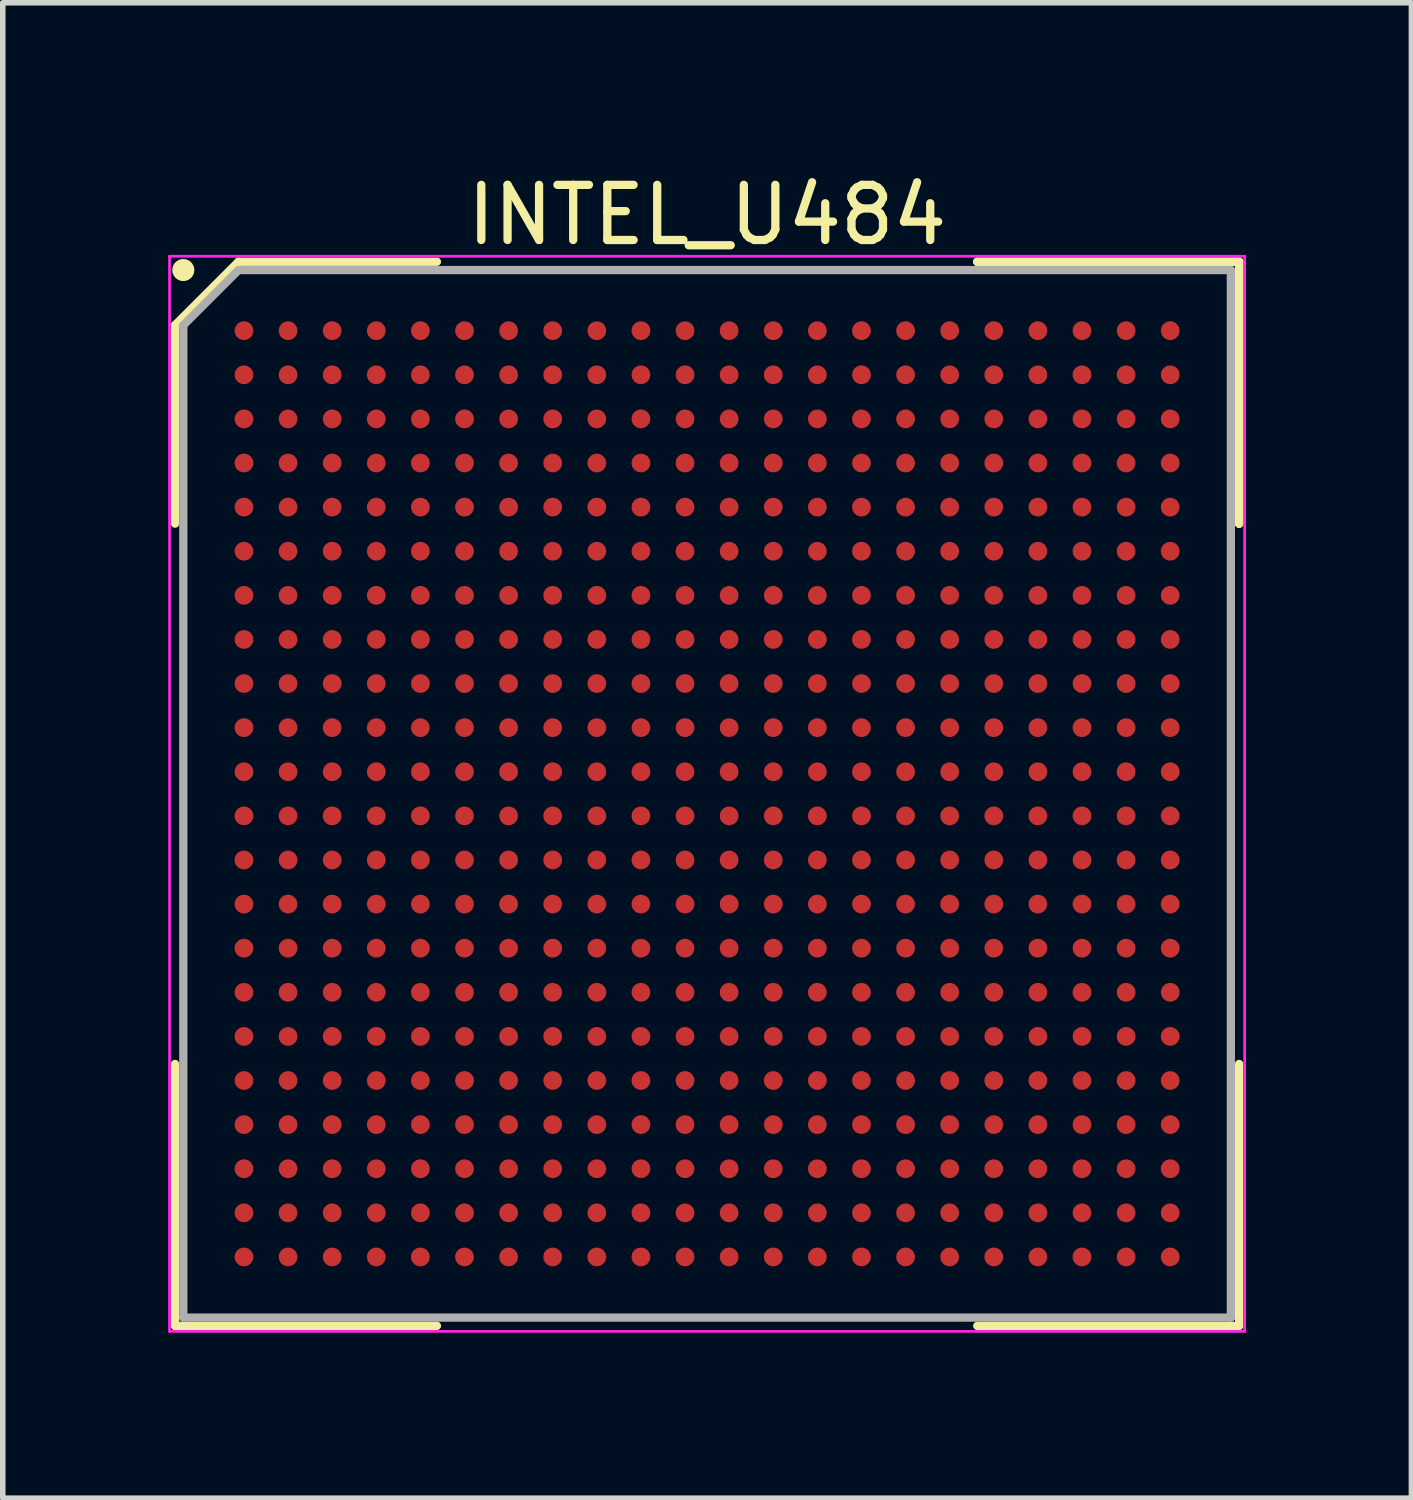
<source format=kicad_pcb>
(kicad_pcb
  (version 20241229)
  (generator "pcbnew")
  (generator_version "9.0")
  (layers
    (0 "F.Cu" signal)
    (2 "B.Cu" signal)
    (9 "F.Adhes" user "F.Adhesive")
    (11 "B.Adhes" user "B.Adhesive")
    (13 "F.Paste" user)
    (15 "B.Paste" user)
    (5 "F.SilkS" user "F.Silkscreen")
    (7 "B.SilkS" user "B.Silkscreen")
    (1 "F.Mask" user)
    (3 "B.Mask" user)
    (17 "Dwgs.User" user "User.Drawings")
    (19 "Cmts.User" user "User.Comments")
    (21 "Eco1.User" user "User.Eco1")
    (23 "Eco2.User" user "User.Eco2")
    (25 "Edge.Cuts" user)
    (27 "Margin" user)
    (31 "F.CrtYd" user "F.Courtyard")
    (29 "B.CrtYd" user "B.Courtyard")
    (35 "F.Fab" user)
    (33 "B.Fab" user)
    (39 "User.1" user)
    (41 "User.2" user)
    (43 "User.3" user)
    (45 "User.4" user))
  (footprint "INTEL_U484"
    (layer "F.Cu")
    (at 9.775 11.348)
    (property "Reference" "INTEL_U484" (at 0 -10.5 0) (layer "F.SilkS") (effects (font (size 1 1) (thickness 0.15))))
    (attr smd)
    (fp_line (start -9.65 -8.5) (end -9.65 -4.9) (stroke (width 0.15) (type solid)) (layer "F.SilkS"))
    (fp_line (start -9.65 9.65) (end -9.65 4.9) (stroke (width 0.15) (type solid)) (layer "F.SilkS"))
    (fp_line (start -8.5 -9.65) (end -9.65 -8.5) (stroke (width 0.15) (type solid)) (layer "F.SilkS"))
    (fp_line (start -4.9 -9.65) (end -8.5 -9.65) (stroke (width 0.15) (type solid)) (layer "F.SilkS"))
    (fp_line (start -4.9 9.65) (end -9.65 9.65) (stroke (width 0.15) (type solid)) (layer "F.SilkS"))
    (fp_line (start 4.9 -9.65) (end 9.65 -9.65) (stroke (width 0.15) (type solid)) (layer "F.SilkS"))
    (fp_line (start 4.9 -9.65) (end 9.65 -9.65) (stroke (width 0.15) (type solid)) (layer "F.SilkS"))
    (fp_line (start 4.9 -9.65) (end 9.65 -9.65) (stroke (width 0.15) (type solid)) (layer "F.SilkS"))
    (fp_line (start 4.9 9.65) (end 9.65 9.65) (stroke (width 0.15) (type solid)) (layer "F.SilkS"))
    (fp_line (start 9.65 -9.65) (end 9.65 -4.9) (stroke (width 0.15) (type solid)) (layer "F.SilkS"))
    (fp_line (start 9.65 -9.65) (end 9.65 -4.9) (stroke (width 0.15) (type solid)) (layer "F.SilkS"))
    (fp_line (start 9.65 -9.65) (end 9.65 -4.9) (stroke (width 0.15) (type solid)) (layer "F.SilkS"))
    (fp_line (start 9.65 9.65) (end 9.65 4.9) (stroke (width 0.15) (type solid)) (layer "F.SilkS"))
    (fp_circle (center -9.5 -9.5) (end -9.5 -9.4) (stroke (width 0.2) (type solid)) (fill no) (layer "F.SilkS"))
    (fp_line (start -9.75 -9.75) (end 9.75 -9.75) (stroke (width 0.05) (type solid)) (layer "F.CrtYd"))
    (fp_line (start -9.75 9.75) (end -9.75 -9.75) (stroke (width 0.05) (type solid)) (layer "F.CrtYd"))
    (fp_line (start 9.75 -9.75) (end 9.75 9.75) (stroke (width 0.05) (type solid)) (layer "F.CrtYd"))
    (fp_line (start 9.75 9.75) (end -9.75 9.75) (stroke (width 0.05) (type solid)) (layer "F.CrtYd"))
    (fp_line (start -9.5 -8.5) (end -9.5 9.5) (stroke (width 0.15) (type solid)) (layer "F.Fab"))
    (fp_line (start -9.5 9.5) (end 9.5 9.5) (stroke (width 0.15) (type solid)) (layer "F.Fab"))
    (fp_line (start -8.5 -9.5) (end -9.5 -8.5) (stroke (width 0.15) (type solid)) (layer "F.Fab"))
    (fp_line (start 9.5 -9.5) (end -8.5 -9.5) (stroke (width 0.15) (type solid)) (layer "F.Fab"))
    (fp_line (start 9.5 9.5) (end 9.5 -9.5) (stroke (width 0.15) (type solid)) (layer "F.Fab"))
    (pad "A1" smd circle (at -8.4 -8.4) (size 0.34 0.34) (layers "F.Cu" "F.Mask" "F.Paste"))
    (pad "A2" smd circle (at -7.6 -8.4) (size 0.34 0.34) (layers "F.Cu" "F.Mask" "F.Paste"))
    (pad "A3" smd circle (at -6.8 -8.4) (size 0.34 0.34) (layers "F.Cu" "F.Mask" "F.Paste"))
    (pad "A4" smd circle (at -6 -8.4) (size 0.34 0.34) (layers "F.Cu" "F.Mask" "F.Paste"))
    (pad "A5" smd circle (at -5.2 -8.4) (size 0.34 0.34) (layers "F.Cu" "F.Mask" "F.Paste"))
    (pad "A6" smd circle (at -4.4 -8.4) (size 0.34 0.34) (layers "F.Cu" "F.Mask" "F.Paste"))
    (pad "A7" smd circle (at -3.6 -8.4) (size 0.34 0.34) (layers "F.Cu" "F.Mask" "F.Paste"))
    (pad "A8" smd circle (at -2.8 -8.4) (size 0.34 0.34) (layers "F.Cu" "F.Mask" "F.Paste"))
    (pad "A9" smd circle (at -2 -8.4) (size 0.34 0.34) (layers "F.Cu" "F.Mask" "F.Paste"))
    (pad "A10" smd circle (at -1.2 -8.4) (size 0.34 0.34) (layers "F.Cu" "F.Mask" "F.Paste"))
    (pad "A11" smd circle (at -0.4 -8.4) (size 0.34 0.34) (layers "F.Cu" "F.Mask" "F.Paste"))
    (pad "A12" smd circle (at 0.4 -8.4) (size 0.34 0.34) (layers "F.Cu" "F.Mask" "F.Paste"))
    (pad "A13" smd circle (at 1.2 -8.4) (size 0.34 0.34) (layers "F.Cu" "F.Mask" "F.Paste"))
    (pad "A14" smd circle (at 2 -8.4) (size 0.34 0.34) (layers "F.Cu" "F.Mask" "F.Paste"))
    (pad "A15" smd circle (at 2.8 -8.4) (size 0.34 0.34) (layers "F.Cu" "F.Mask" "F.Paste"))
    (pad "A16" smd circle (at 3.6 -8.4) (size 0.34 0.34) (layers "F.Cu" "F.Mask" "F.Paste"))
    (pad "A17" smd circle (at 4.4 -8.4) (size 0.34 0.34) (layers "F.Cu" "F.Mask" "F.Paste"))
    (pad "A18" smd circle (at 5.2 -8.4) (size 0.34 0.34) (layers "F.Cu" "F.Mask" "F.Paste"))
    (pad "A19" smd circle (at 6 -8.4) (size 0.34 0.34) (layers "F.Cu" "F.Mask" "F.Paste"))
    (pad "A20" smd circle (at 6.8 -8.4) (size 0.34 0.34) (layers "F.Cu" "F.Mask" "F.Paste"))
    (pad "A21" smd circle (at 7.6 -8.4) (size 0.34 0.34) (layers "F.Cu" "F.Mask" "F.Paste"))
    (pad "A22" smd circle (at 8.4 -8.4) (size 0.34 0.34) (layers "F.Cu" "F.Mask" "F.Paste"))
    (pad "AA1" smd circle (at -8.4 7.6) (size 0.34 0.34) (layers "F.Cu" "F.Mask" "F.Paste"))
    (pad "AA2" smd circle (at -7.6 7.6) (size 0.34 0.34) (layers "F.Cu" "F.Mask" "F.Paste"))
    (pad "AA3" smd circle (at -6.8 7.6) (size 0.34 0.34) (layers "F.Cu" "F.Mask" "F.Paste"))
    (pad "AA4" smd circle (at -6 7.6) (size 0.34 0.34) (layers "F.Cu" "F.Mask" "F.Paste"))
    (pad "AA5" smd circle (at -5.2 7.6) (size 0.34 0.34) (layers "F.Cu" "F.Mask" "F.Paste"))
    (pad "AA6" smd circle (at -4.4 7.6) (size 0.34 0.34) (layers "F.Cu" "F.Mask" "F.Paste"))
    (pad "AA7" smd circle (at -3.6 7.6) (size 0.34 0.34) (layers "F.Cu" "F.Mask" "F.Paste"))
    (pad "AA8" smd circle (at -2.8 7.6) (size 0.34 0.34) (layers "F.Cu" "F.Mask" "F.Paste"))
    (pad "AA9" smd circle (at -2 7.6) (size 0.34 0.34) (layers "F.Cu" "F.Mask" "F.Paste"))
    (pad "AA10" smd circle (at -1.2 7.6) (size 0.34 0.34) (layers "F.Cu" "F.Mask" "F.Paste"))
    (pad "AA11" smd circle (at -0.4 7.6) (size 0.34 0.34) (layers "F.Cu" "F.Mask" "F.Paste"))
    (pad "AA12" smd circle (at 0.4 7.6) (size 0.34 0.34) (layers "F.Cu" "F.Mask" "F.Paste"))
    (pad "AA13" smd circle (at 1.2 7.6) (size 0.34 0.34) (layers "F.Cu" "F.Mask" "F.Paste"))
    (pad "AA14" smd circle (at 2 7.6) (size 0.34 0.34) (layers "F.Cu" "F.Mask" "F.Paste"))
    (pad "AA15" smd circle (at 2.8 7.6) (size 0.34 0.34) (layers "F.Cu" "F.Mask" "F.Paste"))
    (pad "AA16" smd circle (at 3.6 7.6) (size 0.34 0.34) (layers "F.Cu" "F.Mask" "F.Paste"))
    (pad "AA17" smd circle (at 4.4 7.6) (size 0.34 0.34) (layers "F.Cu" "F.Mask" "F.Paste"))
    (pad "AA18" smd circle (at 5.2 7.6) (size 0.34 0.34) (layers "F.Cu" "F.Mask" "F.Paste"))
    (pad "AA19" smd circle (at 6 7.6) (size 0.34 0.34) (layers "F.Cu" "F.Mask" "F.Paste"))
    (pad "AA20" smd circle (at 6.8 7.6) (size 0.34 0.34) (layers "F.Cu" "F.Mask" "F.Paste"))
    (pad "AA21" smd circle (at 7.6 7.6) (size 0.34 0.34) (layers "F.Cu" "F.Mask" "F.Paste"))
    (pad "AA22" smd circle (at 8.4 7.6) (size 0.34 0.34) (layers "F.Cu" "F.Mask" "F.Paste"))
    (pad "AB1" smd circle (at -8.4 8.4) (size 0.34 0.34) (layers "F.Cu" "F.Mask" "F.Paste"))
    (pad "AB2" smd circle (at -7.6 8.4) (size 0.34 0.34) (layers "F.Cu" "F.Mask" "F.Paste"))
    (pad "AB3" smd circle (at -6.8 8.4) (size 0.34 0.34) (layers "F.Cu" "F.Mask" "F.Paste"))
    (pad "AB4" smd circle (at -6 8.4) (size 0.34 0.34) (layers "F.Cu" "F.Mask" "F.Paste"))
    (pad "AB5" smd circle (at -5.2 8.4) (size 0.34 0.34) (layers "F.Cu" "F.Mask" "F.Paste"))
    (pad "AB6" smd circle (at -4.4 8.4) (size 0.34 0.34) (layers "F.Cu" "F.Mask" "F.Paste"))
    (pad "AB7" smd circle (at -3.6 8.4) (size 0.34 0.34) (layers "F.Cu" "F.Mask" "F.Paste"))
    (pad "AB8" smd circle (at -2.8 8.4) (size 0.34 0.34) (layers "F.Cu" "F.Mask" "F.Paste"))
    (pad "AB9" smd circle (at -2 8.4) (size 0.34 0.34) (layers "F.Cu" "F.Mask" "F.Paste"))
    (pad "AB10" smd circle (at -1.2 8.4) (size 0.34 0.34) (layers "F.Cu" "F.Mask" "F.Paste"))
    (pad "AB11" smd circle (at -0.4 8.4) (size 0.34 0.34) (layers "F.Cu" "F.Mask" "F.Paste"))
    (pad "AB12" smd circle (at 0.4 8.4) (size 0.34 0.34) (layers "F.Cu" "F.Mask" "F.Paste"))
    (pad "AB13" smd circle (at 1.2 8.4) (size 0.34 0.34) (layers "F.Cu" "F.Mask" "F.Paste"))
    (pad "AB14" smd circle (at 2 8.4) (size 0.34 0.34) (layers "F.Cu" "F.Mask" "F.Paste"))
    (pad "AB15" smd circle (at 2.8 8.4) (size 0.34 0.34) (layers "F.Cu" "F.Mask" "F.Paste"))
    (pad "AB16" smd circle (at 3.6 8.4) (size 0.34 0.34) (layers "F.Cu" "F.Mask" "F.Paste"))
    (pad "AB17" smd circle (at 4.4 8.4) (size 0.34 0.34) (layers "F.Cu" "F.Mask" "F.Paste"))
    (pad "AB18" smd circle (at 5.2 8.4) (size 0.34 0.34) (layers "F.Cu" "F.Mask" "F.Paste"))
    (pad "AB19" smd circle (at 6 8.4) (size 0.34 0.34) (layers "F.Cu" "F.Mask" "F.Paste"))
    (pad "AB20" smd circle (at 6.8 8.4) (size 0.34 0.34) (layers "F.Cu" "F.Mask" "F.Paste"))
    (pad "AB21" smd circle (at 7.6 8.4) (size 0.34 0.34) (layers "F.Cu" "F.Mask" "F.Paste"))
    (pad "AB22" smd circle (at 8.4 8.4) (size 0.34 0.34) (layers "F.Cu" "F.Mask" "F.Paste"))
    (pad "B1" smd circle (at -8.4 -7.6) (size 0.34 0.34) (layers "F.Cu" "F.Mask" "F.Paste"))
    (pad "B2" smd circle (at -7.6 -7.6) (size 0.34 0.34) (layers "F.Cu" "F.Mask" "F.Paste"))
    (pad "B3" smd circle (at -6.8 -7.6) (size 0.34 0.34) (layers "F.Cu" "F.Mask" "F.Paste"))
    (pad "B4" smd circle (at -6 -7.6) (size 0.34 0.34) (layers "F.Cu" "F.Mask" "F.Paste"))
    (pad "B5" smd circle (at -5.2 -7.6) (size 0.34 0.34) (layers "F.Cu" "F.Mask" "F.Paste"))
    (pad "B6" smd circle (at -4.4 -7.6) (size 0.34 0.34) (layers "F.Cu" "F.Mask" "F.Paste"))
    (pad "B7" smd circle (at -3.6 -7.6) (size 0.34 0.34) (layers "F.Cu" "F.Mask" "F.Paste"))
    (pad "B8" smd circle (at -2.8 -7.6) (size 0.34 0.34) (layers "F.Cu" "F.Mask" "F.Paste"))
    (pad "B9" smd circle (at -2 -7.6) (size 0.34 0.34) (layers "F.Cu" "F.Mask" "F.Paste"))
    (pad "B10" smd circle (at -1.2 -7.6) (size 0.34 0.34) (layers "F.Cu" "F.Mask" "F.Paste"))
    (pad "B11" smd circle (at -0.4 -7.6) (size 0.34 0.34) (layers "F.Cu" "F.Mask" "F.Paste"))
    (pad "B12" smd circle (at 0.4 -7.6) (size 0.34 0.34) (layers "F.Cu" "F.Mask" "F.Paste"))
    (pad "B13" smd circle (at 1.2 -7.6) (size 0.34 0.34) (layers "F.Cu" "F.Mask" "F.Paste"))
    (pad "B14" smd circle (at 2 -7.6) (size 0.34 0.34) (layers "F.Cu" "F.Mask" "F.Paste"))
    (pad "B15" smd circle (at 2.8 -7.6) (size 0.34 0.34) (layers "F.Cu" "F.Mask" "F.Paste"))
    (pad "B16" smd circle (at 3.6 -7.6) (size 0.34 0.34) (layers "F.Cu" "F.Mask" "F.Paste"))
    (pad "B17" smd circle (at 4.4 -7.6) (size 0.34 0.34) (layers "F.Cu" "F.Mask" "F.Paste"))
    (pad "B18" smd circle (at 5.2 -7.6) (size 0.34 0.34) (layers "F.Cu" "F.Mask" "F.Paste"))
    (pad "B19" smd circle (at 6 -7.6) (size 0.34 0.34) (layers "F.Cu" "F.Mask" "F.Paste"))
    (pad "B20" smd circle (at 6.8 -7.6) (size 0.34 0.34) (layers "F.Cu" "F.Mask" "F.Paste"))
    (pad "B21" smd circle (at 7.6 -7.6) (size 0.34 0.34) (layers "F.Cu" "F.Mask" "F.Paste"))
    (pad "B22" smd circle (at 8.4 -7.6) (size 0.34 0.34) (layers "F.Cu" "F.Mask" "F.Paste"))
    (pad "C1" smd circle (at -8.4 -6.8) (size 0.34 0.34) (layers "F.Cu" "F.Mask" "F.Paste"))
    (pad "C2" smd circle (at -7.6 -6.8) (size 0.34 0.34) (layers "F.Cu" "F.Mask" "F.Paste"))
    (pad "C3" smd circle (at -6.8 -6.8) (size 0.34 0.34) (layers "F.Cu" "F.Mask" "F.Paste"))
    (pad "C4" smd circle (at -6 -6.8) (size 0.34 0.34) (layers "F.Cu" "F.Mask" "F.Paste"))
    (pad "C5" smd circle (at -5.2 -6.8) (size 0.34 0.34) (layers "F.Cu" "F.Mask" "F.Paste"))
    (pad "C6" smd circle (at -4.4 -6.8) (size 0.34 0.34) (layers "F.Cu" "F.Mask" "F.Paste"))
    (pad "C7" smd circle (at -3.6 -6.8) (size 0.34 0.34) (layers "F.Cu" "F.Mask" "F.Paste"))
    (pad "C8" smd circle (at -2.8 -6.8) (size 0.34 0.34) (layers "F.Cu" "F.Mask" "F.Paste"))
    (pad "C9" smd circle (at -2 -6.8) (size 0.34 0.34) (layers "F.Cu" "F.Mask" "F.Paste"))
    (pad "C10" smd circle (at -1.2 -6.8) (size 0.34 0.34) (layers "F.Cu" "F.Mask" "F.Paste"))
    (pad "C11" smd circle (at -0.4 -6.8) (size 0.34 0.34) (layers "F.Cu" "F.Mask" "F.Paste"))
    (pad "C12" smd circle (at 0.4 -6.8) (size 0.34 0.34) (layers "F.Cu" "F.Mask" "F.Paste"))
    (pad "C13" smd circle (at 1.2 -6.8) (size 0.34 0.34) (layers "F.Cu" "F.Mask" "F.Paste"))
    (pad "C14" smd circle (at 2 -6.8) (size 0.34 0.34) (layers "F.Cu" "F.Mask" "F.Paste"))
    (pad "C15" smd circle (at 2.8 -6.8) (size 0.34 0.34) (layers "F.Cu" "F.Mask" "F.Paste"))
    (pad "C16" smd circle (at 3.6 -6.8) (size 0.34 0.34) (layers "F.Cu" "F.Mask" "F.Paste"))
    (pad "C17" smd circle (at 4.4 -6.8) (size 0.34 0.34) (layers "F.Cu" "F.Mask" "F.Paste"))
    (pad "C18" smd circle (at 5.2 -6.8) (size 0.34 0.34) (layers "F.Cu" "F.Mask" "F.Paste"))
    (pad "C19" smd circle (at 6 -6.8) (size 0.34 0.34) (layers "F.Cu" "F.Mask" "F.Paste"))
    (pad "C20" smd circle (at 6.8 -6.8) (size 0.34 0.34) (layers "F.Cu" "F.Mask" "F.Paste"))
    (pad "C21" smd circle (at 7.6 -6.8) (size 0.34 0.34) (layers "F.Cu" "F.Mask" "F.Paste"))
    (pad "C22" smd circle (at 8.4 -6.8) (size 0.34 0.34) (layers "F.Cu" "F.Mask" "F.Paste"))
    (pad "D1" smd circle (at -8.4 -6) (size 0.34 0.34) (layers "F.Cu" "F.Mask" "F.Paste"))
    (pad "D2" smd circle (at -7.6 -6) (size 0.34 0.34) (layers "F.Cu" "F.Mask" "F.Paste"))
    (pad "D3" smd circle (at -6.8 -6) (size 0.34 0.34) (layers "F.Cu" "F.Mask" "F.Paste"))
    (pad "D4" smd circle (at -6 -6) (size 0.34 0.34) (layers "F.Cu" "F.Mask" "F.Paste"))
    (pad "D5" smd circle (at -5.2 -6) (size 0.34 0.34) (layers "F.Cu" "F.Mask" "F.Paste"))
    (pad "D6" smd circle (at -4.4 -6) (size 0.34 0.34) (layers "F.Cu" "F.Mask" "F.Paste"))
    (pad "D7" smd circle (at -3.6 -6) (size 0.34 0.34) (layers "F.Cu" "F.Mask" "F.Paste"))
    (pad "D8" smd circle (at -2.8 -6) (size 0.34 0.34) (layers "F.Cu" "F.Mask" "F.Paste"))
    (pad "D9" smd circle (at -2 -6) (size 0.34 0.34) (layers "F.Cu" "F.Mask" "F.Paste"))
    (pad "D10" smd circle (at -1.2 -6) (size 0.34 0.34) (layers "F.Cu" "F.Mask" "F.Paste"))
    (pad "D11" smd circle (at -0.4 -6) (size 0.34 0.34) (layers "F.Cu" "F.Mask" "F.Paste"))
    (pad "D12" smd circle (at 0.4 -6) (size 0.34 0.34) (layers "F.Cu" "F.Mask" "F.Paste"))
    (pad "D13" smd circle (at 1.2 -6) (size 0.34 0.34) (layers "F.Cu" "F.Mask" "F.Paste"))
    (pad "D14" smd circle (at 2 -6) (size 0.34 0.34) (layers "F.Cu" "F.Mask" "F.Paste"))
    (pad "D15" smd circle (at 2.8 -6) (size 0.34 0.34) (layers "F.Cu" "F.Mask" "F.Paste"))
    (pad "D16" smd circle (at 3.6 -6) (size 0.34 0.34) (layers "F.Cu" "F.Mask" "F.Paste"))
    (pad "D17" smd circle (at 4.4 -6) (size 0.34 0.34) (layers "F.Cu" "F.Mask" "F.Paste"))
    (pad "D18" smd circle (at 5.2 -6) (size 0.34 0.34) (layers "F.Cu" "F.Mask" "F.Paste"))
    (pad "D19" smd circle (at 6 -6) (size 0.34 0.34) (layers "F.Cu" "F.Mask" "F.Paste"))
    (pad "D20" smd circle (at 6.8 -6) (size 0.34 0.34) (layers "F.Cu" "F.Mask" "F.Paste"))
    (pad "D21" smd circle (at 7.6 -6) (size 0.34 0.34) (layers "F.Cu" "F.Mask" "F.Paste"))
    (pad "D22" smd circle (at 8.4 -6) (size 0.34 0.34) (layers "F.Cu" "F.Mask" "F.Paste"))
    (pad "E1" smd circle (at -8.4 -5.2) (size 0.34 0.34) (layers "F.Cu" "F.Mask" "F.Paste"))
    (pad "E2" smd circle (at -7.6 -5.2) (size 0.34 0.34) (layers "F.Cu" "F.Mask" "F.Paste"))
    (pad "E3" smd circle (at -6.8 -5.2) (size 0.34 0.34) (layers "F.Cu" "F.Mask" "F.Paste"))
    (pad "E4" smd circle (at -6 -5.2) (size 0.34 0.34) (layers "F.Cu" "F.Mask" "F.Paste"))
    (pad "E5" smd circle (at -5.2 -5.2) (size 0.34 0.34) (layers "F.Cu" "F.Mask" "F.Paste"))
    (pad "E6" smd circle (at -4.4 -5.2) (size 0.34 0.34) (layers "F.Cu" "F.Mask" "F.Paste"))
    (pad "E7" smd circle (at -3.6 -5.2) (size 0.34 0.34) (layers "F.Cu" "F.Mask" "F.Paste"))
    (pad "E8" smd circle (at -2.8 -5.2) (size 0.34 0.34) (layers "F.Cu" "F.Mask" "F.Paste"))
    (pad "E9" smd circle (at -2 -5.2) (size 0.34 0.34) (layers "F.Cu" "F.Mask" "F.Paste"))
    (pad "E10" smd circle (at -1.2 -5.2) (size 0.34 0.34) (layers "F.Cu" "F.Mask" "F.Paste"))
    (pad "E11" smd circle (at -0.4 -5.2) (size 0.34 0.34) (layers "F.Cu" "F.Mask" "F.Paste"))
    (pad "E12" smd circle (at 0.4 -5.2) (size 0.34 0.34) (layers "F.Cu" "F.Mask" "F.Paste"))
    (pad "E13" smd circle (at 1.2 -5.2) (size 0.34 0.34) (layers "F.Cu" "F.Mask" "F.Paste"))
    (pad "E14" smd circle (at 2 -5.2) (size 0.34 0.34) (layers "F.Cu" "F.Mask" "F.Paste"))
    (pad "E15" smd circle (at 2.8 -5.2) (size 0.34 0.34) (layers "F.Cu" "F.Mask" "F.Paste"))
    (pad "E16" smd circle (at 3.6 -5.2) (size 0.34 0.34) (layers "F.Cu" "F.Mask" "F.Paste"))
    (pad "E17" smd circle (at 4.4 -5.2) (size 0.34 0.34) (layers "F.Cu" "F.Mask" "F.Paste"))
    (pad "E18" smd circle (at 5.2 -5.2) (size 0.34 0.34) (layers "F.Cu" "F.Mask" "F.Paste"))
    (pad "E19" smd circle (at 6 -5.2) (size 0.34 0.34) (layers "F.Cu" "F.Mask" "F.Paste"))
    (pad "E20" smd circle (at 6.8 -5.2) (size 0.34 0.34) (layers "F.Cu" "F.Mask" "F.Paste"))
    (pad "E21" smd circle (at 7.6 -5.2) (size 0.34 0.34) (layers "F.Cu" "F.Mask" "F.Paste"))
    (pad "E22" smd circle (at 8.4 -5.2) (size 0.34 0.34) (layers "F.Cu" "F.Mask" "F.Paste"))
    (pad "F1" smd circle (at -8.4 -4.4) (size 0.34 0.34) (layers "F.Cu" "F.Mask" "F.Paste"))
    (pad "F2" smd circle (at -7.6 -4.4) (size 0.34 0.34) (layers "F.Cu" "F.Mask" "F.Paste"))
    (pad "F3" smd circle (at -6.8 -4.4) (size 0.34 0.34) (layers "F.Cu" "F.Mask" "F.Paste"))
    (pad "F4" smd circle (at -6 -4.4) (size 0.34 0.34) (layers "F.Cu" "F.Mask" "F.Paste"))
    (pad "F5" smd circle (at -5.2 -4.4) (size 0.34 0.34) (layers "F.Cu" "F.Mask" "F.Paste"))
    (pad "F6" smd circle (at -4.4 -4.4) (size 0.34 0.34) (layers "F.Cu" "F.Mask" "F.Paste"))
    (pad "F7" smd circle (at -3.6 -4.4) (size 0.34 0.34) (layers "F.Cu" "F.Mask" "F.Paste"))
    (pad "F8" smd circle (at -2.8 -4.4) (size 0.34 0.34) (layers "F.Cu" "F.Mask" "F.Paste"))
    (pad "F9" smd circle (at -2 -4.4) (size 0.34 0.34) (layers "F.Cu" "F.Mask" "F.Paste"))
    (pad "F10" smd circle (at -1.2 -4.4) (size 0.34 0.34) (layers "F.Cu" "F.Mask" "F.Paste"))
    (pad "F11" smd circle (at -0.4 -4.4) (size 0.34 0.34) (layers "F.Cu" "F.Mask" "F.Paste"))
    (pad "F12" smd circle (at 0.4 -4.4) (size 0.34 0.34) (layers "F.Cu" "F.Mask" "F.Paste"))
    (pad "F13" smd circle (at 1.2 -4.4) (size 0.34 0.34) (layers "F.Cu" "F.Mask" "F.Paste"))
    (pad "F14" smd circle (at 2 -4.4) (size 0.34 0.34) (layers "F.Cu" "F.Mask" "F.Paste"))
    (pad "F15" smd circle (at 2.8 -4.4) (size 0.34 0.34) (layers "F.Cu" "F.Mask" "F.Paste"))
    (pad "F16" smd circle (at 3.6 -4.4) (size 0.34 0.34) (layers "F.Cu" "F.Mask" "F.Paste"))
    (pad "F17" smd circle (at 4.4 -4.4) (size 0.34 0.34) (layers "F.Cu" "F.Mask" "F.Paste"))
    (pad "F18" smd circle (at 5.2 -4.4) (size 0.34 0.34) (layers "F.Cu" "F.Mask" "F.Paste"))
    (pad "F19" smd circle (at 6 -4.4) (size 0.34 0.34) (layers "F.Cu" "F.Mask" "F.Paste"))
    (pad "F20" smd circle (at 6.8 -4.4) (size 0.34 0.34) (layers "F.Cu" "F.Mask" "F.Paste"))
    (pad "F21" smd circle (at 7.6 -4.4) (size 0.34 0.34) (layers "F.Cu" "F.Mask" "F.Paste"))
    (pad "F22" smd circle (at 8.4 -4.4) (size 0.34 0.34) (layers "F.Cu" "F.Mask" "F.Paste"))
    (pad "G1" smd circle (at -8.4 -3.6) (size 0.34 0.34) (layers "F.Cu" "F.Mask" "F.Paste"))
    (pad "G2" smd circle (at -7.6 -3.6) (size 0.34 0.34) (layers "F.Cu" "F.Mask" "F.Paste"))
    (pad "G3" smd circle (at -6.8 -3.6) (size 0.34 0.34) (layers "F.Cu" "F.Mask" "F.Paste"))
    (pad "G4" smd circle (at -6 -3.6) (size 0.34 0.34) (layers "F.Cu" "F.Mask" "F.Paste"))
    (pad "G5" smd circle (at -5.2 -3.6) (size 0.34 0.34) (layers "F.Cu" "F.Mask" "F.Paste"))
    (pad "G6" smd circle (at -4.4 -3.6) (size 0.34 0.34) (layers "F.Cu" "F.Mask" "F.Paste"))
    (pad "G7" smd circle (at -3.6 -3.6) (size 0.34 0.34) (layers "F.Cu" "F.Mask" "F.Paste"))
    (pad "G8" smd circle (at -2.8 -3.6) (size 0.34 0.34) (layers "F.Cu" "F.Mask" "F.Paste"))
    (pad "G9" smd circle (at -2 -3.6) (size 0.34 0.34) (layers "F.Cu" "F.Mask" "F.Paste"))
    (pad "G10" smd circle (at -1.2 -3.6) (size 0.34 0.34) (layers "F.Cu" "F.Mask" "F.Paste"))
    (pad "G11" smd circle (at -0.4 -3.6) (size 0.34 0.34) (layers "F.Cu" "F.Mask" "F.Paste"))
    (pad "G12" smd circle (at 0.4 -3.6) (size 0.34 0.34) (layers "F.Cu" "F.Mask" "F.Paste"))
    (pad "G13" smd circle (at 1.2 -3.6) (size 0.34 0.34) (layers "F.Cu" "F.Mask" "F.Paste"))
    (pad "G14" smd circle (at 2 -3.6) (size 0.34 0.34) (layers "F.Cu" "F.Mask" "F.Paste"))
    (pad "G15" smd circle (at 2.8 -3.6) (size 0.34 0.34) (layers "F.Cu" "F.Mask" "F.Paste"))
    (pad "G16" smd circle (at 3.6 -3.6) (size 0.34 0.34) (layers "F.Cu" "F.Mask" "F.Paste"))
    (pad "G17" smd circle (at 4.4 -3.6) (size 0.34 0.34) (layers "F.Cu" "F.Mask" "F.Paste"))
    (pad "G18" smd circle (at 5.2 -3.6) (size 0.34 0.34) (layers "F.Cu" "F.Mask" "F.Paste"))
    (pad "G19" smd circle (at 6 -3.6) (size 0.34 0.34) (layers "F.Cu" "F.Mask" "F.Paste"))
    (pad "G20" smd circle (at 6.8 -3.6) (size 0.34 0.34) (layers "F.Cu" "F.Mask" "F.Paste"))
    (pad "G21" smd circle (at 7.6 -3.6) (size 0.34 0.34) (layers "F.Cu" "F.Mask" "F.Paste"))
    (pad "G22" smd circle (at 8.4 -3.6) (size 0.34 0.34) (layers "F.Cu" "F.Mask" "F.Paste"))
    (pad "H1" smd circle (at -8.4 -2.8) (size 0.34 0.34) (layers "F.Cu" "F.Mask" "F.Paste"))
    (pad "H2" smd circle (at -7.6 -2.8) (size 0.34 0.34) (layers "F.Cu" "F.Mask" "F.Paste"))
    (pad "H3" smd circle (at -6.8 -2.8) (size 0.34 0.34) (layers "F.Cu" "F.Mask" "F.Paste"))
    (pad "H4" smd circle (at -6 -2.8) (size 0.34 0.34) (layers "F.Cu" "F.Mask" "F.Paste"))
    (pad "H5" smd circle (at -5.2 -2.8) (size 0.34 0.34) (layers "F.Cu" "F.Mask" "F.Paste"))
    (pad "H6" smd circle (at -4.4 -2.8) (size 0.34 0.34) (layers "F.Cu" "F.Mask" "F.Paste"))
    (pad "H7" smd circle (at -3.6 -2.8) (size 0.34 0.34) (layers "F.Cu" "F.Mask" "F.Paste"))
    (pad "H8" smd circle (at -2.8 -2.8) (size 0.34 0.34) (layers "F.Cu" "F.Mask" "F.Paste"))
    (pad "H9" smd circle (at -2 -2.8) (size 0.34 0.34) (layers "F.Cu" "F.Mask" "F.Paste"))
    (pad "H10" smd circle (at -1.2 -2.8) (size 0.34 0.34) (layers "F.Cu" "F.Mask" "F.Paste"))
    (pad "H11" smd circle (at -0.4 -2.8) (size 0.34 0.34) (layers "F.Cu" "F.Mask" "F.Paste"))
    (pad "H12" smd circle (at 0.4 -2.8) (size 0.34 0.34) (layers "F.Cu" "F.Mask" "F.Paste"))
    (pad "H13" smd circle (at 1.2 -2.8) (size 0.34 0.34) (layers "F.Cu" "F.Mask" "F.Paste"))
    (pad "H14" smd circle (at 2 -2.8) (size 0.34 0.34) (layers "F.Cu" "F.Mask" "F.Paste"))
    (pad "H15" smd circle (at 2.8 -2.8) (size 0.34 0.34) (layers "F.Cu" "F.Mask" "F.Paste"))
    (pad "H16" smd circle (at 3.6 -2.8) (size 0.34 0.34) (layers "F.Cu" "F.Mask" "F.Paste"))
    (pad "H17" smd circle (at 4.4 -2.8) (size 0.34 0.34) (layers "F.Cu" "F.Mask" "F.Paste"))
    (pad "H18" smd circle (at 5.2 -2.8) (size 0.34 0.34) (layers "F.Cu" "F.Mask" "F.Paste"))
    (pad "H19" smd circle (at 6 -2.8) (size 0.34 0.34) (layers "F.Cu" "F.Mask" "F.Paste"))
    (pad "H20" smd circle (at 6.8 -2.8) (size 0.34 0.34) (layers "F.Cu" "F.Mask" "F.Paste"))
    (pad "H21" smd circle (at 7.6 -2.8) (size 0.34 0.34) (layers "F.Cu" "F.Mask" "F.Paste"))
    (pad "H22" smd circle (at 8.4 -2.8) (size 0.34 0.34) (layers "F.Cu" "F.Mask" "F.Paste"))
    (pad "J1" smd circle (at -8.4 -2) (size 0.34 0.34) (layers "F.Cu" "F.Mask" "F.Paste"))
    (pad "J2" smd circle (at -7.6 -2) (size 0.34 0.34) (layers "F.Cu" "F.Mask" "F.Paste"))
    (pad "J3" smd circle (at -6.8 -2) (size 0.34 0.34) (layers "F.Cu" "F.Mask" "F.Paste"))
    (pad "J4" smd circle (at -6 -2) (size 0.34 0.34) (layers "F.Cu" "F.Mask" "F.Paste"))
    (pad "J5" smd circle (at -5.2 -2) (size 0.34 0.34) (layers "F.Cu" "F.Mask" "F.Paste"))
    (pad "J6" smd circle (at -4.4 -2) (size 0.34 0.34) (layers "F.Cu" "F.Mask" "F.Paste"))
    (pad "J7" smd circle (at -3.6 -2) (size 0.34 0.34) (layers "F.Cu" "F.Mask" "F.Paste"))
    (pad "J8" smd circle (at -2.8 -2) (size 0.34 0.34) (layers "F.Cu" "F.Mask" "F.Paste"))
    (pad "J9" smd circle (at -2 -2) (size 0.34 0.34) (layers "F.Cu" "F.Mask" "F.Paste"))
    (pad "J10" smd circle (at -1.2 -2) (size 0.34 0.34) (layers "F.Cu" "F.Mask" "F.Paste"))
    (pad "J11" smd circle (at -0.4 -2) (size 0.34 0.34) (layers "F.Cu" "F.Mask" "F.Paste"))
    (pad "J12" smd circle (at 0.4 -2) (size 0.34 0.34) (layers "F.Cu" "F.Mask" "F.Paste"))
    (pad "J13" smd circle (at 1.2 -2) (size 0.34 0.34) (layers "F.Cu" "F.Mask" "F.Paste"))
    (pad "J14" smd circle (at 2 -2) (size 0.34 0.34) (layers "F.Cu" "F.Mask" "F.Paste"))
    (pad "J15" smd circle (at 2.8 -2) (size 0.34 0.34) (layers "F.Cu" "F.Mask" "F.Paste"))
    (pad "J16" smd circle (at 3.6 -2) (size 0.34 0.34) (layers "F.Cu" "F.Mask" "F.Paste"))
    (pad "J17" smd circle (at 4.4 -2) (size 0.34 0.34) (layers "F.Cu" "F.Mask" "F.Paste"))
    (pad "J18" smd circle (at 5.2 -2) (size 0.34 0.34) (layers "F.Cu" "F.Mask" "F.Paste"))
    (pad "J19" smd circle (at 6 -2) (size 0.34 0.34) (layers "F.Cu" "F.Mask" "F.Paste"))
    (pad "J20" smd circle (at 6.8 -2) (size 0.34 0.34) (layers "F.Cu" "F.Mask" "F.Paste"))
    (pad "J21" smd circle (at 7.6 -2) (size 0.34 0.34) (layers "F.Cu" "F.Mask" "F.Paste"))
    (pad "J22" smd circle (at 8.4 -2) (size 0.34 0.34) (layers "F.Cu" "F.Mask" "F.Paste"))
    (pad "K1" smd circle (at -8.4 -1.2) (size 0.34 0.34) (layers "F.Cu" "F.Mask" "F.Paste"))
    (pad "K2" smd circle (at -7.6 -1.2) (size 0.34 0.34) (layers "F.Cu" "F.Mask" "F.Paste"))
    (pad "K3" smd circle (at -6.8 -1.2) (size 0.34 0.34) (layers "F.Cu" "F.Mask" "F.Paste"))
    (pad "K4" smd circle (at -6 -1.2) (size 0.34 0.34) (layers "F.Cu" "F.Mask" "F.Paste"))
    (pad "K5" smd circle (at -5.2 -1.2) (size 0.34 0.34) (layers "F.Cu" "F.Mask" "F.Paste"))
    (pad "K6" smd circle (at -4.4 -1.2) (size 0.34 0.34) (layers "F.Cu" "F.Mask" "F.Paste"))
    (pad "K7" smd circle (at -3.6 -1.2) (size 0.34 0.34) (layers "F.Cu" "F.Mask" "F.Paste"))
    (pad "K8" smd circle (at -2.8 -1.2) (size 0.34 0.34) (layers "F.Cu" "F.Mask" "F.Paste"))
    (pad "K9" smd circle (at -2 -1.2) (size 0.34 0.34) (layers "F.Cu" "F.Mask" "F.Paste"))
    (pad "K10" smd circle (at -1.2 -1.2) (size 0.34 0.34) (layers "F.Cu" "F.Mask" "F.Paste"))
    (pad "K11" smd circle (at -0.4 -1.2) (size 0.34 0.34) (layers "F.Cu" "F.Mask" "F.Paste"))
    (pad "K12" smd circle (at 0.4 -1.2) (size 0.34 0.34) (layers "F.Cu" "F.Mask" "F.Paste"))
    (pad "K13" smd circle (at 1.2 -1.2) (size 0.34 0.34) (layers "F.Cu" "F.Mask" "F.Paste"))
    (pad "K14" smd circle (at 2 -1.2) (size 0.34 0.34) (layers "F.Cu" "F.Mask" "F.Paste"))
    (pad "K15" smd circle (at 2.8 -1.2) (size 0.34 0.34) (layers "F.Cu" "F.Mask" "F.Paste"))
    (pad "K16" smd circle (at 3.6 -1.2) (size 0.34 0.34) (layers "F.Cu" "F.Mask" "F.Paste"))
    (pad "K17" smd circle (at 4.4 -1.2) (size 0.34 0.34) (layers "F.Cu" "F.Mask" "F.Paste"))
    (pad "K18" smd circle (at 5.2 -1.2) (size 0.34 0.34) (layers "F.Cu" "F.Mask" "F.Paste"))
    (pad "K19" smd circle (at 6 -1.2) (size 0.34 0.34) (layers "F.Cu" "F.Mask" "F.Paste"))
    (pad "K20" smd circle (at 6.8 -1.2) (size 0.34 0.34) (layers "F.Cu" "F.Mask" "F.Paste"))
    (pad "K21" smd circle (at 7.6 -1.2) (size 0.34 0.34) (layers "F.Cu" "F.Mask" "F.Paste"))
    (pad "K22" smd circle (at 8.4 -1.2) (size 0.34 0.34) (layers "F.Cu" "F.Mask" "F.Paste"))
    (pad "L1" smd circle (at -8.4 -0.4) (size 0.34 0.34) (layers "F.Cu" "F.Mask" "F.Paste"))
    (pad "L2" smd circle (at -7.6 -0.4) (size 0.34 0.34) (layers "F.Cu" "F.Mask" "F.Paste"))
    (pad "L3" smd circle (at -6.8 -0.4) (size 0.34 0.34) (layers "F.Cu" "F.Mask" "F.Paste"))
    (pad "L4" smd circle (at -6 -0.4) (size 0.34 0.34) (layers "F.Cu" "F.Mask" "F.Paste"))
    (pad "L5" smd circle (at -5.2 -0.4) (size 0.34 0.34) (layers "F.Cu" "F.Mask" "F.Paste"))
    (pad "L6" smd circle (at -4.4 -0.4) (size 0.34 0.34) (layers "F.Cu" "F.Mask" "F.Paste"))
    (pad "L7" smd circle (at -3.6 -0.4) (size 0.34 0.34) (layers "F.Cu" "F.Mask" "F.Paste"))
    (pad "L8" smd circle (at -2.8 -0.4) (size 0.34 0.34) (layers "F.Cu" "F.Mask" "F.Paste"))
    (pad "L9" smd circle (at -2 -0.4) (size 0.34 0.34) (layers "F.Cu" "F.Mask" "F.Paste"))
    (pad "L10" smd circle (at -1.2 -0.4) (size 0.34 0.34) (layers "F.Cu" "F.Mask" "F.Paste"))
    (pad "L11" smd circle (at -0.4 -0.4) (size 0.34 0.34) (layers "F.Cu" "F.Mask" "F.Paste"))
    (pad "L12" smd circle (at 0.4 -0.4) (size 0.34 0.34) (layers "F.Cu" "F.Mask" "F.Paste"))
    (pad "L13" smd circle (at 1.2 -0.4) (size 0.34 0.34) (layers "F.Cu" "F.Mask" "F.Paste"))
    (pad "L14" smd circle (at 2 -0.4) (size 0.34 0.34) (layers "F.Cu" "F.Mask" "F.Paste"))
    (pad "L15" smd circle (at 2.8 -0.4) (size 0.34 0.34) (layers "F.Cu" "F.Mask" "F.Paste"))
    (pad "L16" smd circle (at 3.6 -0.4) (size 0.34 0.34) (layers "F.Cu" "F.Mask" "F.Paste"))
    (pad "L17" smd circle (at 4.4 -0.4) (size 0.34 0.34) (layers "F.Cu" "F.Mask" "F.Paste"))
    (pad "L18" smd circle (at 5.2 -0.4) (size 0.34 0.34) (layers "F.Cu" "F.Mask" "F.Paste"))
    (pad "L19" smd circle (at 6 -0.4) (size 0.34 0.34) (layers "F.Cu" "F.Mask" "F.Paste"))
    (pad "L20" smd circle (at 6.8 -0.4) (size 0.34 0.34) (layers "F.Cu" "F.Mask" "F.Paste"))
    (pad "L21" smd circle (at 7.6 -0.4) (size 0.34 0.34) (layers "F.Cu" "F.Mask" "F.Paste"))
    (pad "L22" smd circle (at 8.4 -0.4) (size 0.34 0.34) (layers "F.Cu" "F.Mask" "F.Paste"))
    (pad "M1" smd circle (at -8.4 0.4) (size 0.34 0.34) (layers "F.Cu" "F.Mask" "F.Paste"))
    (pad "M2" smd circle (at -7.6 0.4) (size 0.34 0.34) (layers "F.Cu" "F.Mask" "F.Paste"))
    (pad "M3" smd circle (at -6.8 0.4) (size 0.34 0.34) (layers "F.Cu" "F.Mask" "F.Paste"))
    (pad "M4" smd circle (at -6 0.4) (size 0.34 0.34) (layers "F.Cu" "F.Mask" "F.Paste"))
    (pad "M5" smd circle (at -5.2 0.4) (size 0.34 0.34) (layers "F.Cu" "F.Mask" "F.Paste"))
    (pad "M6" smd circle (at -4.4 0.4) (size 0.34 0.34) (layers "F.Cu" "F.Mask" "F.Paste"))
    (pad "M7" smd circle (at -3.6 0.4) (size 0.34 0.34) (layers "F.Cu" "F.Mask" "F.Paste"))
    (pad "M8" smd circle (at -2.8 0.4) (size 0.34 0.34) (layers "F.Cu" "F.Mask" "F.Paste"))
    (pad "M9" smd circle (at -2 0.4) (size 0.34 0.34) (layers "F.Cu" "F.Mask" "F.Paste"))
    (pad "M10" smd circle (at -1.2 0.4) (size 0.34 0.34) (layers "F.Cu" "F.Mask" "F.Paste"))
    (pad "M11" smd circle (at -0.4 0.4) (size 0.34 0.34) (layers "F.Cu" "F.Mask" "F.Paste"))
    (pad "M12" smd circle (at 0.4 0.4) (size 0.34 0.34) (layers "F.Cu" "F.Mask" "F.Paste"))
    (pad "M13" smd circle (at 1.2 0.4) (size 0.34 0.34) (layers "F.Cu" "F.Mask" "F.Paste"))
    (pad "M14" smd circle (at 2 0.4) (size 0.34 0.34) (layers "F.Cu" "F.Mask" "F.Paste"))
    (pad "M15" smd circle (at 2.8 0.4) (size 0.34 0.34) (layers "F.Cu" "F.Mask" "F.Paste"))
    (pad "M16" smd circle (at 3.6 0.4) (size 0.34 0.34) (layers "F.Cu" "F.Mask" "F.Paste"))
    (pad "M17" smd circle (at 4.4 0.4) (size 0.34 0.34) (layers "F.Cu" "F.Mask" "F.Paste"))
    (pad "M18" smd circle (at 5.2 0.4) (size 0.34 0.34) (layers "F.Cu" "F.Mask" "F.Paste"))
    (pad "M19" smd circle (at 6 0.4) (size 0.34 0.34) (layers "F.Cu" "F.Mask" "F.Paste"))
    (pad "M20" smd circle (at 6.8 0.4) (size 0.34 0.34) (layers "F.Cu" "F.Mask" "F.Paste"))
    (pad "M21" smd circle (at 7.6 0.4) (size 0.34 0.34) (layers "F.Cu" "F.Mask" "F.Paste"))
    (pad "M22" smd circle (at 8.4 0.4) (size 0.34 0.34) (layers "F.Cu" "F.Mask" "F.Paste"))
    (pad "N1" smd circle (at -8.4 1.2) (size 0.34 0.34) (layers "F.Cu" "F.Mask" "F.Paste"))
    (pad "N2" smd circle (at -7.6 1.2) (size 0.34 0.34) (layers "F.Cu" "F.Mask" "F.Paste"))
    (pad "N3" smd circle (at -6.8 1.2) (size 0.34 0.34) (layers "F.Cu" "F.Mask" "F.Paste"))
    (pad "N4" smd circle (at -6 1.2) (size 0.34 0.34) (layers "F.Cu" "F.Mask" "F.Paste"))
    (pad "N5" smd circle (at -5.2 1.2) (size 0.34 0.34) (layers "F.Cu" "F.Mask" "F.Paste"))
    (pad "N6" smd circle (at -4.4 1.2) (size 0.34 0.34) (layers "F.Cu" "F.Mask" "F.Paste"))
    (pad "N7" smd circle (at -3.6 1.2) (size 0.34 0.34) (layers "F.Cu" "F.Mask" "F.Paste"))
    (pad "N8" smd circle (at -2.8 1.2) (size 0.34 0.34) (layers "F.Cu" "F.Mask" "F.Paste"))
    (pad "N9" smd circle (at -2 1.2) (size 0.34 0.34) (layers "F.Cu" "F.Mask" "F.Paste"))
    (pad "N10" smd circle (at -1.2 1.2) (size 0.34 0.34) (layers "F.Cu" "F.Mask" "F.Paste"))
    (pad "N11" smd circle (at -0.4 1.2) (size 0.34 0.34) (layers "F.Cu" "F.Mask" "F.Paste"))
    (pad "N12" smd circle (at 0.4 1.2) (size 0.34 0.34) (layers "F.Cu" "F.Mask" "F.Paste"))
    (pad "N13" smd circle (at 1.2 1.2) (size 0.34 0.34) (layers "F.Cu" "F.Mask" "F.Paste"))
    (pad "N14" smd circle (at 2 1.2) (size 0.34 0.34) (layers "F.Cu" "F.Mask" "F.Paste"))
    (pad "N15" smd circle (at 2.8 1.2) (size 0.34 0.34) (layers "F.Cu" "F.Mask" "F.Paste"))
    (pad "N16" smd circle (at 3.6 1.2) (size 0.34 0.34) (layers "F.Cu" "F.Mask" "F.Paste"))
    (pad "N17" smd circle (at 4.4 1.2) (size 0.34 0.34) (layers "F.Cu" "F.Mask" "F.Paste"))
    (pad "N18" smd circle (at 5.2 1.2) (size 0.34 0.34) (layers "F.Cu" "F.Mask" "F.Paste"))
    (pad "N19" smd circle (at 6 1.2) (size 0.34 0.34) (layers "F.Cu" "F.Mask" "F.Paste"))
    (pad "N20" smd circle (at 6.8 1.2) (size 0.34 0.34) (layers "F.Cu" "F.Mask" "F.Paste"))
    (pad "N21" smd circle (at 7.6 1.2) (size 0.34 0.34) (layers "F.Cu" "F.Mask" "F.Paste"))
    (pad "N22" smd circle (at 8.4 1.2) (size 0.34 0.34) (layers "F.Cu" "F.Mask" "F.Paste"))
    (pad "P1" smd circle (at -8.4 2) (size 0.34 0.34) (layers "F.Cu" "F.Mask" "F.Paste"))
    (pad "P2" smd circle (at -7.6 2) (size 0.34 0.34) (layers "F.Cu" "F.Mask" "F.Paste"))
    (pad "P3" smd circle (at -6.8 2) (size 0.34 0.34) (layers "F.Cu" "F.Mask" "F.Paste"))
    (pad "P4" smd circle (at -6 2) (size 0.34 0.34) (layers "F.Cu" "F.Mask" "F.Paste"))
    (pad "P5" smd circle (at -5.2 2) (size 0.34 0.34) (layers "F.Cu" "F.Mask" "F.Paste"))
    (pad "P6" smd circle (at -4.4 2) (size 0.34 0.34) (layers "F.Cu" "F.Mask" "F.Paste"))
    (pad "P7" smd circle (at -3.6 2) (size 0.34 0.34) (layers "F.Cu" "F.Mask" "F.Paste"))
    (pad "P8" smd circle (at -2.8 2) (size 0.34 0.34) (layers "F.Cu" "F.Mask" "F.Paste"))
    (pad "P9" smd circle (at -2 2) (size 0.34 0.34) (layers "F.Cu" "F.Mask" "F.Paste"))
    (pad "P10" smd circle (at -1.2 2) (size 0.34 0.34) (layers "F.Cu" "F.Mask" "F.Paste"))
    (pad "P11" smd circle (at -0.4 2) (size 0.34 0.34) (layers "F.Cu" "F.Mask" "F.Paste"))
    (pad "P12" smd circle (at 0.4 2) (size 0.34 0.34) (layers "F.Cu" "F.Mask" "F.Paste"))
    (pad "P13" smd circle (at 1.2 2) (size 0.34 0.34) (layers "F.Cu" "F.Mask" "F.Paste"))
    (pad "P14" smd circle (at 2 2) (size 0.34 0.34) (layers "F.Cu" "F.Mask" "F.Paste"))
    (pad "P15" smd circle (at 2.8 2) (size 0.34 0.34) (layers "F.Cu" "F.Mask" "F.Paste"))
    (pad "P16" smd circle (at 3.6 2) (size 0.34 0.34) (layers "F.Cu" "F.Mask" "F.Paste"))
    (pad "P17" smd circle (at 4.4 2) (size 0.34 0.34) (layers "F.Cu" "F.Mask" "F.Paste"))
    (pad "P18" smd circle (at 5.2 2) (size 0.34 0.34) (layers "F.Cu" "F.Mask" "F.Paste"))
    (pad "P19" smd circle (at 6 2) (size 0.34 0.34) (layers "F.Cu" "F.Mask" "F.Paste"))
    (pad "P20" smd circle (at 6.8 2) (size 0.34 0.34) (layers "F.Cu" "F.Mask" "F.Paste"))
    (pad "P21" smd circle (at 7.6 2) (size 0.34 0.34) (layers "F.Cu" "F.Mask" "F.Paste"))
    (pad "P22" smd circle (at 8.4 2) (size 0.34 0.34) (layers "F.Cu" "F.Mask" "F.Paste"))
    (pad "R1" smd circle (at -8.4 2.8) (size 0.34 0.34) (layers "F.Cu" "F.Mask" "F.Paste"))
    (pad "R2" smd circle (at -7.6 2.8) (size 0.34 0.34) (layers "F.Cu" "F.Mask" "F.Paste"))
    (pad "R3" smd circle (at -6.8 2.8) (size 0.34 0.34) (layers "F.Cu" "F.Mask" "F.Paste"))
    (pad "R4" smd circle (at -6 2.8) (size 0.34 0.34) (layers "F.Cu" "F.Mask" "F.Paste"))
    (pad "R5" smd circle (at -5.2 2.8) (size 0.34 0.34) (layers "F.Cu" "F.Mask" "F.Paste"))
    (pad "R6" smd circle (at -4.4 2.8) (size 0.34 0.34) (layers "F.Cu" "F.Mask" "F.Paste"))
    (pad "R7" smd circle (at -3.6 2.8) (size 0.34 0.34) (layers "F.Cu" "F.Mask" "F.Paste"))
    (pad "R8" smd circle (at -2.8 2.8) (size 0.34 0.34) (layers "F.Cu" "F.Mask" "F.Paste"))
    (pad "R9" smd circle (at -2 2.8) (size 0.34 0.34) (layers "F.Cu" "F.Mask" "F.Paste"))
    (pad "R10" smd circle (at -1.2 2.8) (size 0.34 0.34) (layers "F.Cu" "F.Mask" "F.Paste"))
    (pad "R11" smd circle (at -0.4 2.8) (size 0.34 0.34) (layers "F.Cu" "F.Mask" "F.Paste"))
    (pad "R12" smd circle (at 0.4 2.8) (size 0.34 0.34) (layers "F.Cu" "F.Mask" "F.Paste"))
    (pad "R13" smd circle (at 1.2 2.8) (size 0.34 0.34) (layers "F.Cu" "F.Mask" "F.Paste"))
    (pad "R14" smd circle (at 2 2.8) (size 0.34 0.34) (layers "F.Cu" "F.Mask" "F.Paste"))
    (pad "R15" smd circle (at 2.8 2.8) (size 0.34 0.34) (layers "F.Cu" "F.Mask" "F.Paste"))
    (pad "R16" smd circle (at 3.6 2.8) (size 0.34 0.34) (layers "F.Cu" "F.Mask" "F.Paste"))
    (pad "R17" smd circle (at 4.4 2.8) (size 0.34 0.34) (layers "F.Cu" "F.Mask" "F.Paste"))
    (pad "R18" smd circle (at 5.2 2.8) (size 0.34 0.34) (layers "F.Cu" "F.Mask" "F.Paste"))
    (pad "R19" smd circle (at 6 2.8) (size 0.34 0.34) (layers "F.Cu" "F.Mask" "F.Paste"))
    (pad "R20" smd circle (at 6.8 2.8) (size 0.34 0.34) (layers "F.Cu" "F.Mask" "F.Paste"))
    (pad "R21" smd circle (at 7.6 2.8) (size 0.34 0.34) (layers "F.Cu" "F.Mask" "F.Paste"))
    (pad "R22" smd circle (at 8.4 2.8) (size 0.34 0.34) (layers "F.Cu" "F.Mask" "F.Paste"))
    (pad "T1" smd circle (at -8.4 3.6) (size 0.34 0.34) (layers "F.Cu" "F.Mask" "F.Paste"))
    (pad "T2" smd circle (at -7.6 3.6) (size 0.34 0.34) (layers "F.Cu" "F.Mask" "F.Paste"))
    (pad "T3" smd circle (at -6.8 3.6) (size 0.34 0.34) (layers "F.Cu" "F.Mask" "F.Paste"))
    (pad "T4" smd circle (at -6 3.6) (size 0.34 0.34) (layers "F.Cu" "F.Mask" "F.Paste"))
    (pad "T5" smd circle (at -5.2 3.6) (size 0.34 0.34) (layers "F.Cu" "F.Mask" "F.Paste"))
    (pad "T6" smd circle (at -4.4 3.6) (size 0.34 0.34) (layers "F.Cu" "F.Mask" "F.Paste"))
    (pad "T7" smd circle (at -3.6 3.6) (size 0.34 0.34) (layers "F.Cu" "F.Mask" "F.Paste"))
    (pad "T8" smd circle (at -2.8 3.6) (size 0.34 0.34) (layers "F.Cu" "F.Mask" "F.Paste"))
    (pad "T9" smd circle (at -2 3.6) (size 0.34 0.34) (layers "F.Cu" "F.Mask" "F.Paste"))
    (pad "T10" smd circle (at -1.2 3.6) (size 0.34 0.34) (layers "F.Cu" "F.Mask" "F.Paste"))
    (pad "T11" smd circle (at -0.4 3.6) (size 0.34 0.34) (layers "F.Cu" "F.Mask" "F.Paste"))
    (pad "T12" smd circle (at 0.4 3.6) (size 0.34 0.34) (layers "F.Cu" "F.Mask" "F.Paste"))
    (pad "T13" smd circle (at 1.2 3.6) (size 0.34 0.34) (layers "F.Cu" "F.Mask" "F.Paste"))
    (pad "T14" smd circle (at 2 3.6) (size 0.34 0.34) (layers "F.Cu" "F.Mask" "F.Paste"))
    (pad "T15" smd circle (at 2.8 3.6) (size 0.34 0.34) (layers "F.Cu" "F.Mask" "F.Paste"))
    (pad "T16" smd circle (at 3.6 3.6) (size 0.34 0.34) (layers "F.Cu" "F.Mask" "F.Paste"))
    (pad "T17" smd circle (at 4.4 3.6) (size 0.34 0.34) (layers "F.Cu" "F.Mask" "F.Paste"))
    (pad "T18" smd circle (at 5.2 3.6) (size 0.34 0.34) (layers "F.Cu" "F.Mask" "F.Paste"))
    (pad "T19" smd circle (at 6 3.6) (size 0.34 0.34) (layers "F.Cu" "F.Mask" "F.Paste"))
    (pad "T20" smd circle (at 6.8 3.6) (size 0.34 0.34) (layers "F.Cu" "F.Mask" "F.Paste"))
    (pad "T21" smd circle (at 7.6 3.6) (size 0.34 0.34) (layers "F.Cu" "F.Mask" "F.Paste"))
    (pad "T22" smd circle (at 8.4 3.6) (size 0.34 0.34) (layers "F.Cu" "F.Mask" "F.Paste"))
    (pad "U1" smd circle (at -8.4 4.4) (size 0.34 0.34) (layers "F.Cu" "F.Mask" "F.Paste"))
    (pad "U2" smd circle (at -7.6 4.4) (size 0.34 0.34) (layers "F.Cu" "F.Mask" "F.Paste"))
    (pad "U3" smd circle (at -6.8 4.4) (size 0.34 0.34) (layers "F.Cu" "F.Mask" "F.Paste"))
    (pad "U4" smd circle (at -6 4.4) (size 0.34 0.34) (layers "F.Cu" "F.Mask" "F.Paste"))
    (pad "U5" smd circle (at -5.2 4.4) (size 0.34 0.34) (layers "F.Cu" "F.Mask" "F.Paste"))
    (pad "U6" smd circle (at -4.4 4.4) (size 0.34 0.34) (layers "F.Cu" "F.Mask" "F.Paste"))
    (pad "U7" smd circle (at -3.6 4.4) (size 0.34 0.34) (layers "F.Cu" "F.Mask" "F.Paste"))
    (pad "U8" smd circle (at -2.8 4.4) (size 0.34 0.34) (layers "F.Cu" "F.Mask" "F.Paste"))
    (pad "U9" smd circle (at -2 4.4) (size 0.34 0.34) (layers "F.Cu" "F.Mask" "F.Paste"))
    (pad "U10" smd circle (at -1.2 4.4) (size 0.34 0.34) (layers "F.Cu" "F.Mask" "F.Paste"))
    (pad "U11" smd circle (at -0.4 4.4) (size 0.34 0.34) (layers "F.Cu" "F.Mask" "F.Paste"))
    (pad "U12" smd circle (at 0.4 4.4) (size 0.34 0.34) (layers "F.Cu" "F.Mask" "F.Paste"))
    (pad "U13" smd circle (at 1.2 4.4) (size 0.34 0.34) (layers "F.Cu" "F.Mask" "F.Paste"))
    (pad "U14" smd circle (at 2 4.4) (size 0.34 0.34) (layers "F.Cu" "F.Mask" "F.Paste"))
    (pad "U15" smd circle (at 2.8 4.4) (size 0.34 0.34) (layers "F.Cu" "F.Mask" "F.Paste"))
    (pad "U16" smd circle (at 3.6 4.4) (size 0.34 0.34) (layers "F.Cu" "F.Mask" "F.Paste"))
    (pad "U17" smd circle (at 4.4 4.4) (size 0.34 0.34) (layers "F.Cu" "F.Mask" "F.Paste"))
    (pad "U18" smd circle (at 5.2 4.4) (size 0.34 0.34) (layers "F.Cu" "F.Mask" "F.Paste"))
    (pad "U19" smd circle (at 6 4.4) (size 0.34 0.34) (layers "F.Cu" "F.Mask" "F.Paste"))
    (pad "U20" smd circle (at 6.8 4.4) (size 0.34 0.34) (layers "F.Cu" "F.Mask" "F.Paste"))
    (pad "U21" smd circle (at 7.6 4.4) (size 0.34 0.34) (layers "F.Cu" "F.Mask" "F.Paste"))
    (pad "U22" smd circle (at 8.4 4.4) (size 0.34 0.34) (layers "F.Cu" "F.Mask" "F.Paste"))
    (pad "V1" smd circle (at -8.4 5.2) (size 0.34 0.34) (layers "F.Cu" "F.Mask" "F.Paste"))
    (pad "V2" smd circle (at -7.6 5.2) (size 0.34 0.34) (layers "F.Cu" "F.Mask" "F.Paste"))
    (pad "V3" smd circle (at -6.8 5.2) (size 0.34 0.34) (layers "F.Cu" "F.Mask" "F.Paste"))
    (pad "V4" smd circle (at -6 5.2) (size 0.34 0.34) (layers "F.Cu" "F.Mask" "F.Paste"))
    (pad "V5" smd circle (at -5.2 5.2) (size 0.34 0.34) (layers "F.Cu" "F.Mask" "F.Paste"))
    (pad "V6" smd circle (at -4.4 5.2) (size 0.34 0.34) (layers "F.Cu" "F.Mask" "F.Paste"))
    (pad "V7" smd circle (at -3.6 5.2) (size 0.34 0.34) (layers "F.Cu" "F.Mask" "F.Paste"))
    (pad "V8" smd circle (at -2.8 5.2) (size 0.34 0.34) (layers "F.Cu" "F.Mask" "F.Paste"))
    (pad "V9" smd circle (at -2 5.2) (size 0.34 0.34) (layers "F.Cu" "F.Mask" "F.Paste"))
    (pad "V10" smd circle (at -1.2 5.2) (size 0.34 0.34) (layers "F.Cu" "F.Mask" "F.Paste"))
    (pad "V11" smd circle (at -0.4 5.2) (size 0.34 0.34) (layers "F.Cu" "F.Mask" "F.Paste"))
    (pad "V12" smd circle (at 0.4 5.2) (size 0.34 0.34) (layers "F.Cu" "F.Mask" "F.Paste"))
    (pad "V13" smd circle (at 1.2 5.2) (size 0.34 0.34) (layers "F.Cu" "F.Mask" "F.Paste"))
    (pad "V14" smd circle (at 2 5.2) (size 0.34 0.34) (layers "F.Cu" "F.Mask" "F.Paste"))
    (pad "V15" smd circle (at 2.8 5.2) (size 0.34 0.34) (layers "F.Cu" "F.Mask" "F.Paste"))
    (pad "V16" smd circle (at 3.6 5.2) (size 0.34 0.34) (layers "F.Cu" "F.Mask" "F.Paste"))
    (pad "V17" smd circle (at 4.4 5.2) (size 0.34 0.34) (layers "F.Cu" "F.Mask" "F.Paste"))
    (pad "V18" smd circle (at 5.2 5.2) (size 0.34 0.34) (layers "F.Cu" "F.Mask" "F.Paste"))
    (pad "V19" smd circle (at 6 5.2) (size 0.34 0.34) (layers "F.Cu" "F.Mask" "F.Paste"))
    (pad "V20" smd circle (at 6.8 5.2) (size 0.34 0.34) (layers "F.Cu" "F.Mask" "F.Paste"))
    (pad "V21" smd circle (at 7.6 5.2) (size 0.34 0.34) (layers "F.Cu" "F.Mask" "F.Paste"))
    (pad "V22" smd circle (at 8.4 5.2) (size 0.34 0.34) (layers "F.Cu" "F.Mask" "F.Paste"))
    (pad "W1" smd circle (at -8.4 6) (size 0.34 0.34) (layers "F.Cu" "F.Mask" "F.Paste"))
    (pad "W2" smd circle (at -7.6 6) (size 0.34 0.34) (layers "F.Cu" "F.Mask" "F.Paste"))
    (pad "W3" smd circle (at -6.8 6) (size 0.34 0.34) (layers "F.Cu" "F.Mask" "F.Paste"))
    (pad "W4" smd circle (at -6 6) (size 0.34 0.34) (layers "F.Cu" "F.Mask" "F.Paste"))
    (pad "W5" smd circle (at -5.2 6) (size 0.34 0.34) (layers "F.Cu" "F.Mask" "F.Paste"))
    (pad "W6" smd circle (at -4.4 6) (size 0.34 0.34) (layers "F.Cu" "F.Mask" "F.Paste"))
    (pad "W7" smd circle (at -3.6 6) (size 0.34 0.34) (layers "F.Cu" "F.Mask" "F.Paste"))
    (pad "W8" smd circle (at -2.8 6) (size 0.34 0.34) (layers "F.Cu" "F.Mask" "F.Paste"))
    (pad "W9" smd circle (at -2 6) (size 0.34 0.34) (layers "F.Cu" "F.Mask" "F.Paste"))
    (pad "W10" smd circle (at -1.2 6) (size 0.34 0.34) (layers "F.Cu" "F.Mask" "F.Paste"))
    (pad "W11" smd circle (at -0.4 6) (size 0.34 0.34) (layers "F.Cu" "F.Mask" "F.Paste"))
    (pad "W12" smd circle (at 0.4 6) (size 0.34 0.34) (layers "F.Cu" "F.Mask" "F.Paste"))
    (pad "W13" smd circle (at 1.2 6) (size 0.34 0.34) (layers "F.Cu" "F.Mask" "F.Paste"))
    (pad "W14" smd circle (at 2 6) (size 0.34 0.34) (layers "F.Cu" "F.Mask" "F.Paste"))
    (pad "W15" smd circle (at 2.8 6) (size 0.34 0.34) (layers "F.Cu" "F.Mask" "F.Paste"))
    (pad "W16" smd circle (at 3.6 6) (size 0.34 0.34) (layers "F.Cu" "F.Mask" "F.Paste"))
    (pad "W17" smd circle (at 4.4 6) (size 0.34 0.34) (layers "F.Cu" "F.Mask" "F.Paste"))
    (pad "W18" smd circle (at 5.2 6) (size 0.34 0.34) (layers "F.Cu" "F.Mask" "F.Paste"))
    (pad "W19" smd circle (at 6 6) (size 0.34 0.34) (layers "F.Cu" "F.Mask" "F.Paste"))
    (pad "W20" smd circle (at 6.8 6) (size 0.34 0.34) (layers "F.Cu" "F.Mask" "F.Paste"))
    (pad "W21" smd circle (at 7.6 6) (size 0.34 0.34) (layers "F.Cu" "F.Mask" "F.Paste"))
    (pad "W22" smd circle (at 8.4 6) (size 0.34 0.34) (layers "F.Cu" "F.Mask" "F.Paste"))
    (pad "Y1" smd circle (at -8.4 6.8) (size 0.34 0.34) (layers "F.Cu" "F.Mask" "F.Paste"))
    (pad "Y2" smd circle (at -7.6 6.8) (size 0.34 0.34) (layers "F.Cu" "F.Mask" "F.Paste"))
    (pad "Y3" smd circle (at -6.8 6.8) (size 0.34 0.34) (layers "F.Cu" "F.Mask" "F.Paste"))
    (pad "Y4" smd circle (at -6 6.8) (size 0.34 0.34) (layers "F.Cu" "F.Mask" "F.Paste"))
    (pad "Y5" smd circle (at -5.2 6.8) (size 0.34 0.34) (layers "F.Cu" "F.Mask" "F.Paste"))
    (pad "Y6" smd circle (at -4.4 6.8) (size 0.34 0.34) (layers "F.Cu" "F.Mask" "F.Paste"))
    (pad "Y7" smd circle (at -3.6 6.8) (size 0.34 0.34) (layers "F.Cu" "F.Mask" "F.Paste"))
    (pad "Y8" smd circle (at -2.8 6.8) (size 0.34 0.34) (layers "F.Cu" "F.Mask" "F.Paste"))
    (pad "Y9" smd circle (at -2 6.8) (size 0.34 0.34) (layers "F.Cu" "F.Mask" "F.Paste"))
    (pad "Y10" smd circle (at -1.2 6.8) (size 0.34 0.34) (layers "F.Cu" "F.Mask" "F.Paste"))
    (pad "Y11" smd circle (at -0.4 6.8) (size 0.34 0.34) (layers "F.Cu" "F.Mask" "F.Paste"))
    (pad "Y12" smd circle (at 0.4 6.8) (size 0.34 0.34) (layers "F.Cu" "F.Mask" "F.Paste"))
    (pad "Y13" smd circle (at 1.2 6.8) (size 0.34 0.34) (layers "F.Cu" "F.Mask" "F.Paste"))
    (pad "Y14" smd circle (at 2 6.8) (size 0.34 0.34) (layers "F.Cu" "F.Mask" "F.Paste"))
    (pad "Y15" smd circle (at 2.8 6.8) (size 0.34 0.34) (layers "F.Cu" "F.Mask" "F.Paste"))
    (pad "Y16" smd circle (at 3.6 6.8) (size 0.34 0.34) (layers "F.Cu" "F.Mask" "F.Paste"))
    (pad "Y17" smd circle (at 4.4 6.8) (size 0.34 0.34) (layers "F.Cu" "F.Mask" "F.Paste"))
    (pad "Y18" smd circle (at 5.2 6.8) (size 0.34 0.34) (layers "F.Cu" "F.Mask" "F.Paste"))
    (pad "Y19" smd circle (at 6 6.8) (size 0.34 0.34) (layers "F.Cu" "F.Mask" "F.Paste"))
    (pad "Y20" smd circle (at 6.8 6.8) (size 0.34 0.34) (layers "F.Cu" "F.Mask" "F.Paste"))
    (pad "Y21" smd circle (at 7.6 6.8) (size 0.34 0.34) (layers "F.Cu" "F.Mask" "F.Paste"))
    (pad "Y22" smd circle (at 8.4 6.8) (size 0.34 0.34) (layers "F.Cu" "F.Mask" "F.Paste")))
  (gr_rect
    (start -3 -3)
    (end 22.55 24.123)
    (stroke (width 0.1) (type default))
    (fill no)
    (layer "Edge.Cuts")))
</source>
